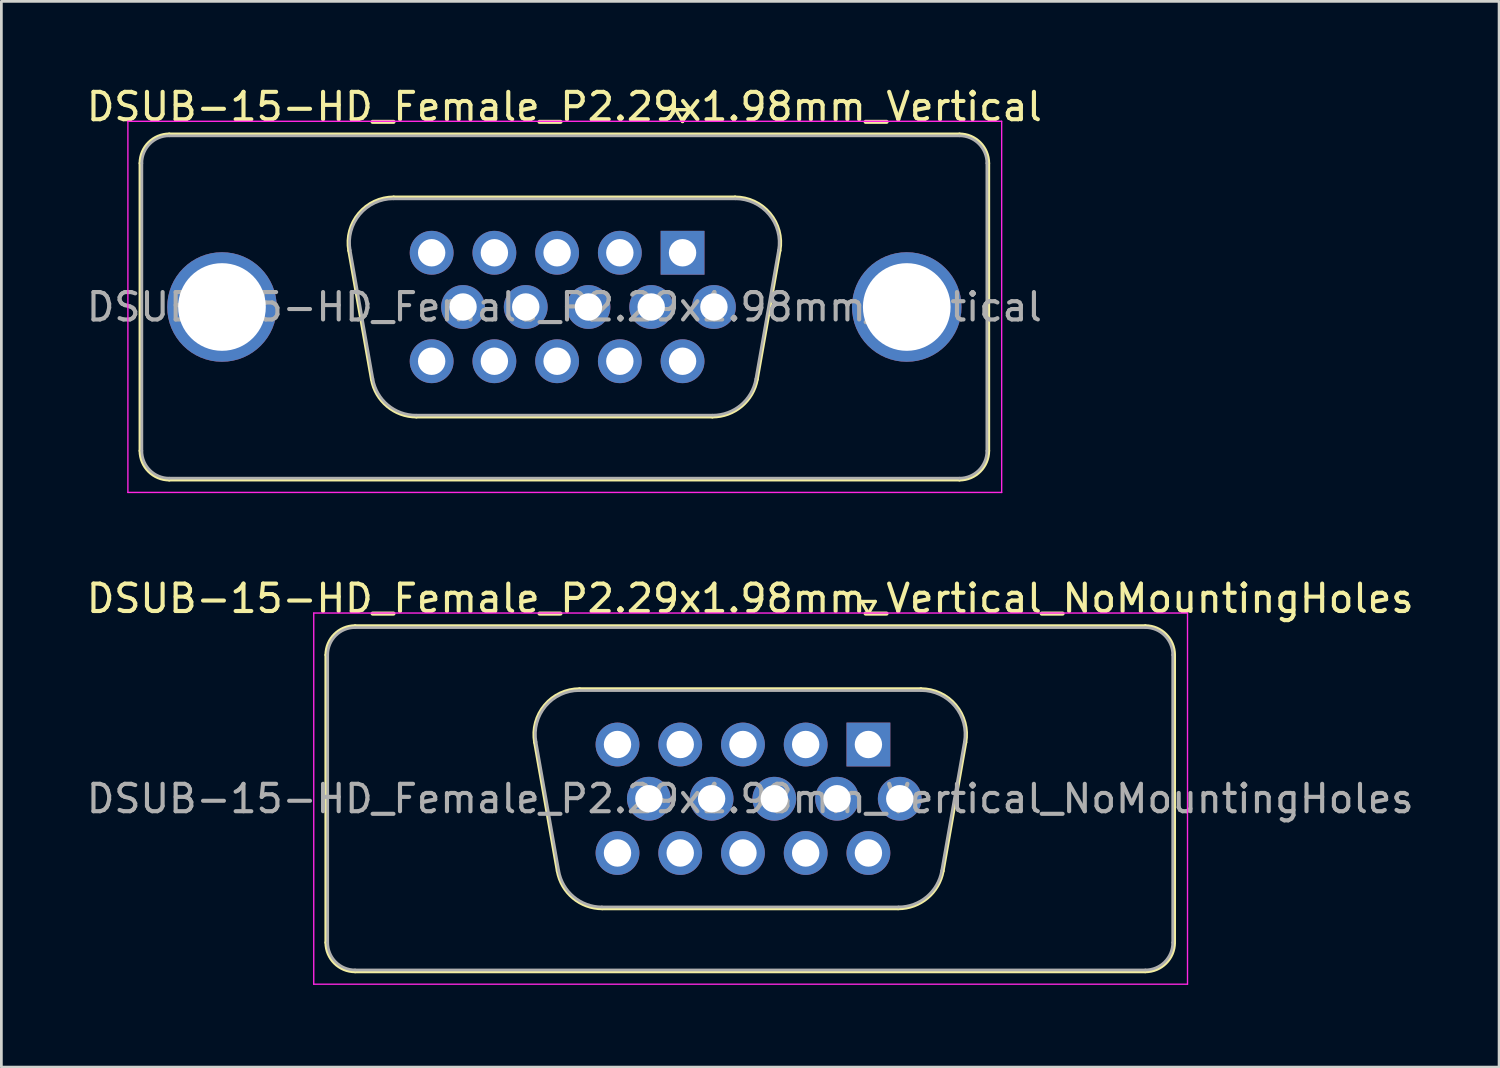
<source format=kicad_pcb>
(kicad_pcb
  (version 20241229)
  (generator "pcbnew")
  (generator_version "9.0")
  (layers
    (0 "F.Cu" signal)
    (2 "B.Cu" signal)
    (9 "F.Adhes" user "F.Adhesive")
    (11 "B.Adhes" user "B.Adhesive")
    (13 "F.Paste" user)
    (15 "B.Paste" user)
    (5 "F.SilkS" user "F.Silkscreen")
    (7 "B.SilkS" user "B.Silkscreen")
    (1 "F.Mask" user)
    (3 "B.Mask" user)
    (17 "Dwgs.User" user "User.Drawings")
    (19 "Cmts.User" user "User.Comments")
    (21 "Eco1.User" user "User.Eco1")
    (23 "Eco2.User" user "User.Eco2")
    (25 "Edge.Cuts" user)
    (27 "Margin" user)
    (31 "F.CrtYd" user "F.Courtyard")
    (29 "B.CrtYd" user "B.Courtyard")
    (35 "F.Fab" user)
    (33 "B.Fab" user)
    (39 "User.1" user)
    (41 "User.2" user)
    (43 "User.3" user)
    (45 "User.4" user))
  (footprint "DSUB-15-HD_Female_P2.29x1.98mm_Vertical_NoMountingHoles"
    (layer "F.Cu")
    (at 28.654 24.131)
    (property "Reference" "DSUB-15-HD_Female_P2.29x1.98mm_Vertical_NoMountingHoles" (at -4.315 -5.33 0) (layer "F.SilkS") (effects (font (size 1 1) (thickness 0.15))))
    (attr through_hole)
    (fp_line (start -19.8 7.23) (end -19.8 -3.27) (stroke (width 0.12) (type solid)) (layer "F.SilkS"))
    (fp_line (start -18.74 -4.33) (end 10.11 -4.33) (stroke (width 0.12) (type solid)) (layer "F.SilkS"))
    (fp_line (start -12.181 -0.082) (end -11.353 4.618) (stroke (width 0.12) (type solid)) (layer "F.SilkS"))
    (fp_line (start -10.547 -2.03) (end 1.917 -2.03) (stroke (width 0.12) (type solid)) (layer "F.SilkS"))
    (fp_line (start -9.718 5.99) (end 1.088 5.99) (stroke (width 0.12) (type solid)) (layer "F.SilkS"))
    (fp_line (start -0.25 -5.224) (end 0.25 -5.224) (stroke (width 0.12) (type solid)) (layer "F.SilkS"))
    (fp_line (start 0 -4.791) (end -0.25 -5.224) (stroke (width 0.12) (type solid)) (layer "F.SilkS"))
    (fp_line (start 0.25 -5.224) (end 0 -4.791) (stroke (width 0.12) (type solid)) (layer "F.SilkS"))
    (fp_line (start 3.551 -0.082) (end 2.723 4.618) (stroke (width 0.12) (type solid)) (layer "F.SilkS"))
    (fp_line (start 10.11 8.29) (end -18.74 8.29) (stroke (width 0.12) (type solid)) (layer "F.SilkS"))
    (fp_line (start 11.17 -3.27) (end 11.17 7.23) (stroke (width 0.12) (type solid)) (layer "F.SilkS"))
    (fp_arc (start -19.8 -3.27) (mid -19.489533 -4.019533) (end -18.74 -4.33) (stroke (width 0.12) (type solid)) (layer "F.SilkS"))
    (fp_arc (start -18.74 8.29) (mid -19.489533 7.979533) (end -19.8 7.23) (stroke (width 0.12) (type solid)) (layer "F.SilkS"))
    (fp_arc (start -12.18147 -0.081744) (mid -11.818323 -1.437028) (end -10.546689 -2.03) (stroke (width 0.12) (type solid)) (layer "F.SilkS"))
    (fp_arc (start -9.717952 5.99) (mid -10.784979 5.601634) (end -11.352733 4.618256) (stroke (width 0.12) (type solid)) (layer "F.SilkS"))
    (fp_arc (start 1.916689 -2.03) (mid 3.188323 -1.437027) (end 3.55147 -0.081744) (stroke (width 0.12) (type solid)) (layer "F.SilkS"))
    (fp_arc (start 2.722733 4.618256) (mid 2.15498 5.601634) (end 1.087952 5.99) (stroke (width 0.12) (type solid)) (layer "F.SilkS"))
    (fp_arc (start 10.11 -4.33) (mid 10.859533 -4.019533) (end 11.17 -3.27) (stroke (width 0.12) (type solid)) (layer "F.SilkS"))
    (fp_arc (start 11.17 7.23) (mid 10.859533 7.979533) (end 10.11 8.29) (stroke (width 0.12) (type solid)) (layer "F.SilkS"))
    (fp_line (start -20.25 -4.8) (end -20.25 8.75) (stroke (width 0.05) (type solid)) (layer "F.CrtYd"))
    (fp_line (start -20.25 8.75) (end 11.65 8.75) (stroke (width 0.05) (type solid)) (layer "F.CrtYd"))
    (fp_line (start 11.65 -4.8) (end -20.25 -4.8) (stroke (width 0.05) (type solid)) (layer "F.CrtYd"))
    (fp_line (start 11.65 8.75) (end 11.65 -4.8) (stroke (width 0.05) (type solid)) (layer "F.CrtYd"))
    (fp_line (start -19.74 7.23) (end -19.74 -3.27) (stroke (width 0.1) (type solid)) (layer "F.Fab"))
    (fp_line (start -18.74 -4.27) (end 10.11 -4.27) (stroke (width 0.1) (type solid)) (layer "F.Fab"))
    (fp_line (start -12.134 -0.092) (end -11.305 4.608) (stroke (width 0.1) (type solid)) (layer "F.Fab"))
    (fp_line (start -10.558 -1.97) (end 1.928 -1.97) (stroke (width 0.1) (type solid)) (layer "F.Fab"))
    (fp_line (start -9.729 5.93) (end 1.099 5.93) (stroke (width 0.1) (type solid)) (layer "F.Fab"))
    (fp_line (start 3.504 -0.092) (end 2.675 4.608) (stroke (width 0.1) (type solid)) (layer "F.Fab"))
    (fp_line (start 10.11 8.23) (end -18.74 8.23) (stroke (width 0.1) (type solid)) (layer "F.Fab"))
    (fp_line (start 11.11 -3.27) (end 11.11 7.23) (stroke (width 0.1) (type solid)) (layer "F.Fab"))
    (fp_arc (start -19.74 -3.27) (mid -19.447107 -3.977107) (end -18.74 -4.27) (stroke (width 0.1) (type solid)) (layer "F.Fab"))
    (fp_arc (start -18.74 8.23) (mid -19.447107 7.937107) (end -19.74 7.23) (stroke (width 0.1) (type solid)) (layer "F.Fab"))
    (fp_arc (start -12.133886 -0.092163) (mid -11.783865 -1.39846) (end -10.558194 -1.97) (stroke (width 0.1) (type solid)) (layer "F.Fab"))
    (fp_arc (start -9.729457 5.93) (mid -10.757917 5.555671) (end -11.305149 4.607837) (stroke (width 0.1) (type solid)) (layer "F.Fab"))
    (fp_arc (start 1.928194 -1.97) (mid 3.153865 -1.39846) (end 3.503886 -0.092163) (stroke (width 0.1) (type solid)) (layer "F.Fab"))
    (fp_arc (start 2.675149 4.607837) (mid 2.127917 5.555671) (end 1.099457 5.93) (stroke (width 0.1) (type solid)) (layer "F.Fab"))
    (fp_arc (start 10.11 -4.27) (mid 10.817107 -3.977107) (end 11.11 -3.27) (stroke (width 0.1) (type solid)) (layer "F.Fab"))
    (fp_arc (start 11.11 7.23) (mid 10.817107 7.937107) (end 10.11 8.23) (stroke (width 0.1) (type solid)) (layer "F.Fab"))
    (fp_text user "${REFERENCE}" (at -4.315 1.98 0) (layer "F.Fab") (effects (font (size 1 1) (thickness 0.15))))
    (pad "1" thru_hole rect (at 0 0) (size 1.6 1.6) (drill 1) (layers "*.Cu" "*.Mask"))
    (pad "2" thru_hole circle (at -2.29 0) (size 1.6 1.6) (drill 1) (layers "*.Cu" "*.Mask"))
    (pad "3" thru_hole circle (at -4.58 0) (size 1.6 1.6) (drill 1) (layers "*.Cu" "*.Mask"))
    (pad "4" thru_hole circle (at -6.87 0) (size 1.6 1.6) (drill 1) (layers "*.Cu" "*.Mask"))
    (pad "5" thru_hole circle (at -9.16 0) (size 1.6 1.6) (drill 1) (layers "*.Cu" "*.Mask"))
    (pad "6" thru_hole circle (at 1.145 1.98) (size 1.6 1.6) (drill 1) (layers "*.Cu" "*.Mask"))
    (pad "7" thru_hole circle (at -1.145 1.98) (size 1.6 1.6) (drill 1) (layers "*.Cu" "*.Mask"))
    (pad "8" thru_hole circle (at -3.435 1.98) (size 1.6 1.6) (drill 1) (layers "*.Cu" "*.Mask"))
    (pad "9" thru_hole circle (at -5.725 1.98) (size 1.6 1.6) (drill 1) (layers "*.Cu" "*.Mask"))
    (pad "10" thru_hole circle (at -8.015 1.98) (size 1.6 1.6) (drill 1) (layers "*.Cu" "*.Mask"))
    (pad "11" thru_hole circle (at 0 3.96) (size 1.6 1.6) (drill 1) (layers "*.Cu" "*.Mask"))
    (pad "12" thru_hole circle (at -2.29 3.96) (size 1.6 1.6) (drill 1) (layers "*.Cu" "*.Mask"))
    (pad "13" thru_hole circle (at -4.58 3.96) (size 1.6 1.6) (drill 1) (layers "*.Cu" "*.Mask"))
    (pad "14" thru_hole circle (at -6.87 3.96) (size 1.6 1.6) (drill 1) (layers "*.Cu" "*.Mask"))
    (pad "15" thru_hole circle (at -9.16 3.96) (size 1.6 1.6) (drill 1) (layers "*.Cu" "*.Mask")))
  (footprint "DSUB-15-HD_Female_P2.29x1.98mm_Vertical"
    (layer "F.Cu")
    (at 21.869 6.178)
    (property "Reference" "DSUB-15-HD_Female_P2.29x1.98mm_Vertical" (at -4.315 -5.33 0) (layer "F.SilkS") (effects (font (size 1 1) (thickness 0.15))))
    (attr through_hole)
    (fp_line (start -19.8 7.23) (end -19.8 -3.27) (stroke (width 0.12) (type solid)) (layer "F.SilkS"))
    (fp_line (start -18.74 -4.33) (end 10.11 -4.33) (stroke (width 0.12) (type solid)) (layer "F.SilkS"))
    (fp_line (start -12.181 -0.082) (end -11.353 4.618) (stroke (width 0.12) (type solid)) (layer "F.SilkS"))
    (fp_line (start -10.547 -2.03) (end 1.917 -2.03) (stroke (width 0.12) (type solid)) (layer "F.SilkS"))
    (fp_line (start -9.718 5.99) (end 1.088 5.99) (stroke (width 0.12) (type solid)) (layer "F.SilkS"))
    (fp_line (start -0.25 -5.224) (end 0.25 -5.224) (stroke (width 0.12) (type solid)) (layer "F.SilkS"))
    (fp_line (start 0 -4.791) (end -0.25 -5.224) (stroke (width 0.12) (type solid)) (layer "F.SilkS"))
    (fp_line (start 0.25 -5.224) (end 0 -4.791) (stroke (width 0.12) (type solid)) (layer "F.SilkS"))
    (fp_line (start 3.551 -0.082) (end 2.723 4.618) (stroke (width 0.12) (type solid)) (layer "F.SilkS"))
    (fp_line (start 10.11 8.29) (end -18.74 8.29) (stroke (width 0.12) (type solid)) (layer "F.SilkS"))
    (fp_line (start 11.17 -3.27) (end 11.17 7.23) (stroke (width 0.12) (type solid)) (layer "F.SilkS"))
    (fp_arc (start -19.8 -3.27) (mid -19.489533 -4.019533) (end -18.74 -4.33) (stroke (width 0.12) (type solid)) (layer "F.SilkS"))
    (fp_arc (start -18.74 8.29) (mid -19.489533 7.979533) (end -19.8 7.23) (stroke (width 0.12) (type solid)) (layer "F.SilkS"))
    (fp_arc (start -12.18147 -0.081744) (mid -11.818323 -1.437028) (end -10.546689 -2.03) (stroke (width 0.12) (type solid)) (layer "F.SilkS"))
    (fp_arc (start -9.717952 5.99) (mid -10.784979 5.601634) (end -11.352733 4.618256) (stroke (width 0.12) (type solid)) (layer "F.SilkS"))
    (fp_arc (start 1.916689 -2.03) (mid 3.188323 -1.437027) (end 3.55147 -0.081744) (stroke (width 0.12) (type solid)) (layer "F.SilkS"))
    (fp_arc (start 2.722733 4.618256) (mid 2.15498 5.601634) (end 1.087952 5.99) (stroke (width 0.12) (type solid)) (layer "F.SilkS"))
    (fp_arc (start 10.11 -4.33) (mid 10.859533 -4.019533) (end 11.17 -3.27) (stroke (width 0.12) (type solid)) (layer "F.SilkS"))
    (fp_arc (start 11.17 7.23) (mid 10.859533 7.979533) (end 10.11 8.29) (stroke (width 0.12) (type solid)) (layer "F.SilkS"))
    (fp_line (start -20.25 -4.8) (end -20.25 8.75) (stroke (width 0.05) (type solid)) (layer "F.CrtYd"))
    (fp_line (start -20.25 8.75) (end 11.65 8.75) (stroke (width 0.05) (type solid)) (layer "F.CrtYd"))
    (fp_line (start 11.65 -4.8) (end -20.25 -4.8) (stroke (width 0.05) (type solid)) (layer "F.CrtYd"))
    (fp_line (start 11.65 8.75) (end 11.65 -4.8) (stroke (width 0.05) (type solid)) (layer "F.CrtYd"))
    (fp_line (start -19.74 7.23) (end -19.74 -3.27) (stroke (width 0.1) (type solid)) (layer "F.Fab"))
    (fp_line (start -18.74 -4.27) (end 10.11 -4.27) (stroke (width 0.1) (type solid)) (layer "F.Fab"))
    (fp_line (start -12.134 -0.092) (end -11.305 4.608) (stroke (width 0.1) (type solid)) (layer "F.Fab"))
    (fp_line (start -10.558 -1.97) (end 1.928 -1.97) (stroke (width 0.1) (type solid)) (layer "F.Fab"))
    (fp_line (start -9.729 5.93) (end 1.099 5.93) (stroke (width 0.1) (type solid)) (layer "F.Fab"))
    (fp_line (start 3.504 -0.092) (end 2.675 4.608) (stroke (width 0.1) (type solid)) (layer "F.Fab"))
    (fp_line (start 10.11 8.23) (end -18.74 8.23) (stroke (width 0.1) (type solid)) (layer "F.Fab"))
    (fp_line (start 11.11 -3.27) (end 11.11 7.23) (stroke (width 0.1) (type solid)) (layer "F.Fab"))
    (fp_arc (start -19.74 -3.27) (mid -19.447107 -3.977107) (end -18.74 -4.27) (stroke (width 0.1) (type solid)) (layer "F.Fab"))
    (fp_arc (start -18.74 8.23) (mid -19.447107 7.937107) (end -19.74 7.23) (stroke (width 0.1) (type solid)) (layer "F.Fab"))
    (fp_arc (start -12.133886 -0.092163) (mid -11.783865 -1.39846) (end -10.558194 -1.97) (stroke (width 0.1) (type solid)) (layer "F.Fab"))
    (fp_arc (start -9.729457 5.93) (mid -10.757917 5.555671) (end -11.305149 4.607837) (stroke (width 0.1) (type solid)) (layer "F.Fab"))
    (fp_arc (start 1.928194 -1.97) (mid 3.153865 -1.39846) (end 3.503886 -0.092163) (stroke (width 0.1) (type solid)) (layer "F.Fab"))
    (fp_arc (start 2.675149 4.607837) (mid 2.127917 5.555671) (end 1.099457 5.93) (stroke (width 0.1) (type solid)) (layer "F.Fab"))
    (fp_arc (start 10.11 -4.27) (mid 10.817107 -3.977107) (end 11.11 -3.27) (stroke (width 0.1) (type solid)) (layer "F.Fab"))
    (fp_arc (start 11.11 7.23) (mid 10.817107 7.937107) (end 10.11 8.23) (stroke (width 0.1) (type solid)) (layer "F.Fab"))
    (fp_text user "${REFERENCE}" (at -4.315 1.98 0) (layer "F.Fab") (effects (font (size 1 1) (thickness 0.15))))
    (pad "0" thru_hole circle (at -16.815 1.98) (size 4 4) (drill 3.2) (layers "*.Cu" "*.Mask"))
    (pad "0" thru_hole circle (at 8.185 1.98) (size 4 4) (drill 3.2) (layers "*.Cu" "*.Mask"))
    (pad "1" thru_hole rect (at 0 0) (size 1.6 1.6) (drill 1) (layers "*.Cu" "*.Mask"))
    (pad "2" thru_hole circle (at -2.29 0) (size 1.6 1.6) (drill 1) (layers "*.Cu" "*.Mask"))
    (pad "3" thru_hole circle (at -4.58 0) (size 1.6 1.6) (drill 1) (layers "*.Cu" "*.Mask"))
    (pad "4" thru_hole circle (at -6.87 0) (size 1.6 1.6) (drill 1) (layers "*.Cu" "*.Mask"))
    (pad "5" thru_hole circle (at -9.16 0) (size 1.6 1.6) (drill 1) (layers "*.Cu" "*.Mask"))
    (pad "6" thru_hole circle (at 1.145 1.98) (size 1.6 1.6) (drill 1) (layers "*.Cu" "*.Mask"))
    (pad "7" thru_hole circle (at -1.145 1.98) (size 1.6 1.6) (drill 1) (layers "*.Cu" "*.Mask"))
    (pad "8" thru_hole circle (at -3.435 1.98) (size 1.6 1.6) (drill 1) (layers "*.Cu" "*.Mask"))
    (pad "9" thru_hole circle (at -5.725 1.98) (size 1.6 1.6) (drill 1) (layers "*.Cu" "*.Mask"))
    (pad "10" thru_hole circle (at -8.015 1.98) (size 1.6 1.6) (drill 1) (layers "*.Cu" "*.Mask"))
    (pad "11" thru_hole circle (at 0 3.96) (size 1.6 1.6) (drill 1) (layers "*.Cu" "*.Mask"))
    (pad "12" thru_hole circle (at -2.29 3.96) (size 1.6 1.6) (drill 1) (layers "*.Cu" "*.Mask"))
    (pad "13" thru_hole circle (at -4.58 3.96) (size 1.6 1.6) (drill 1) (layers "*.Cu" "*.Mask"))
    (pad "14" thru_hole circle (at -6.87 3.96) (size 1.6 1.6) (drill 1) (layers "*.Cu" "*.Mask"))
    (pad "15" thru_hole circle (at -9.16 3.96) (size 1.6 1.6) (drill 1) (layers "*.Cu" "*.Mask")))
  (gr_rect
    (start -3 -3)
    (end 51.679 35.907)
    (stroke (width 0.1) (type default))
    (fill no)
    (layer "Edge.Cuts")))
</source>
